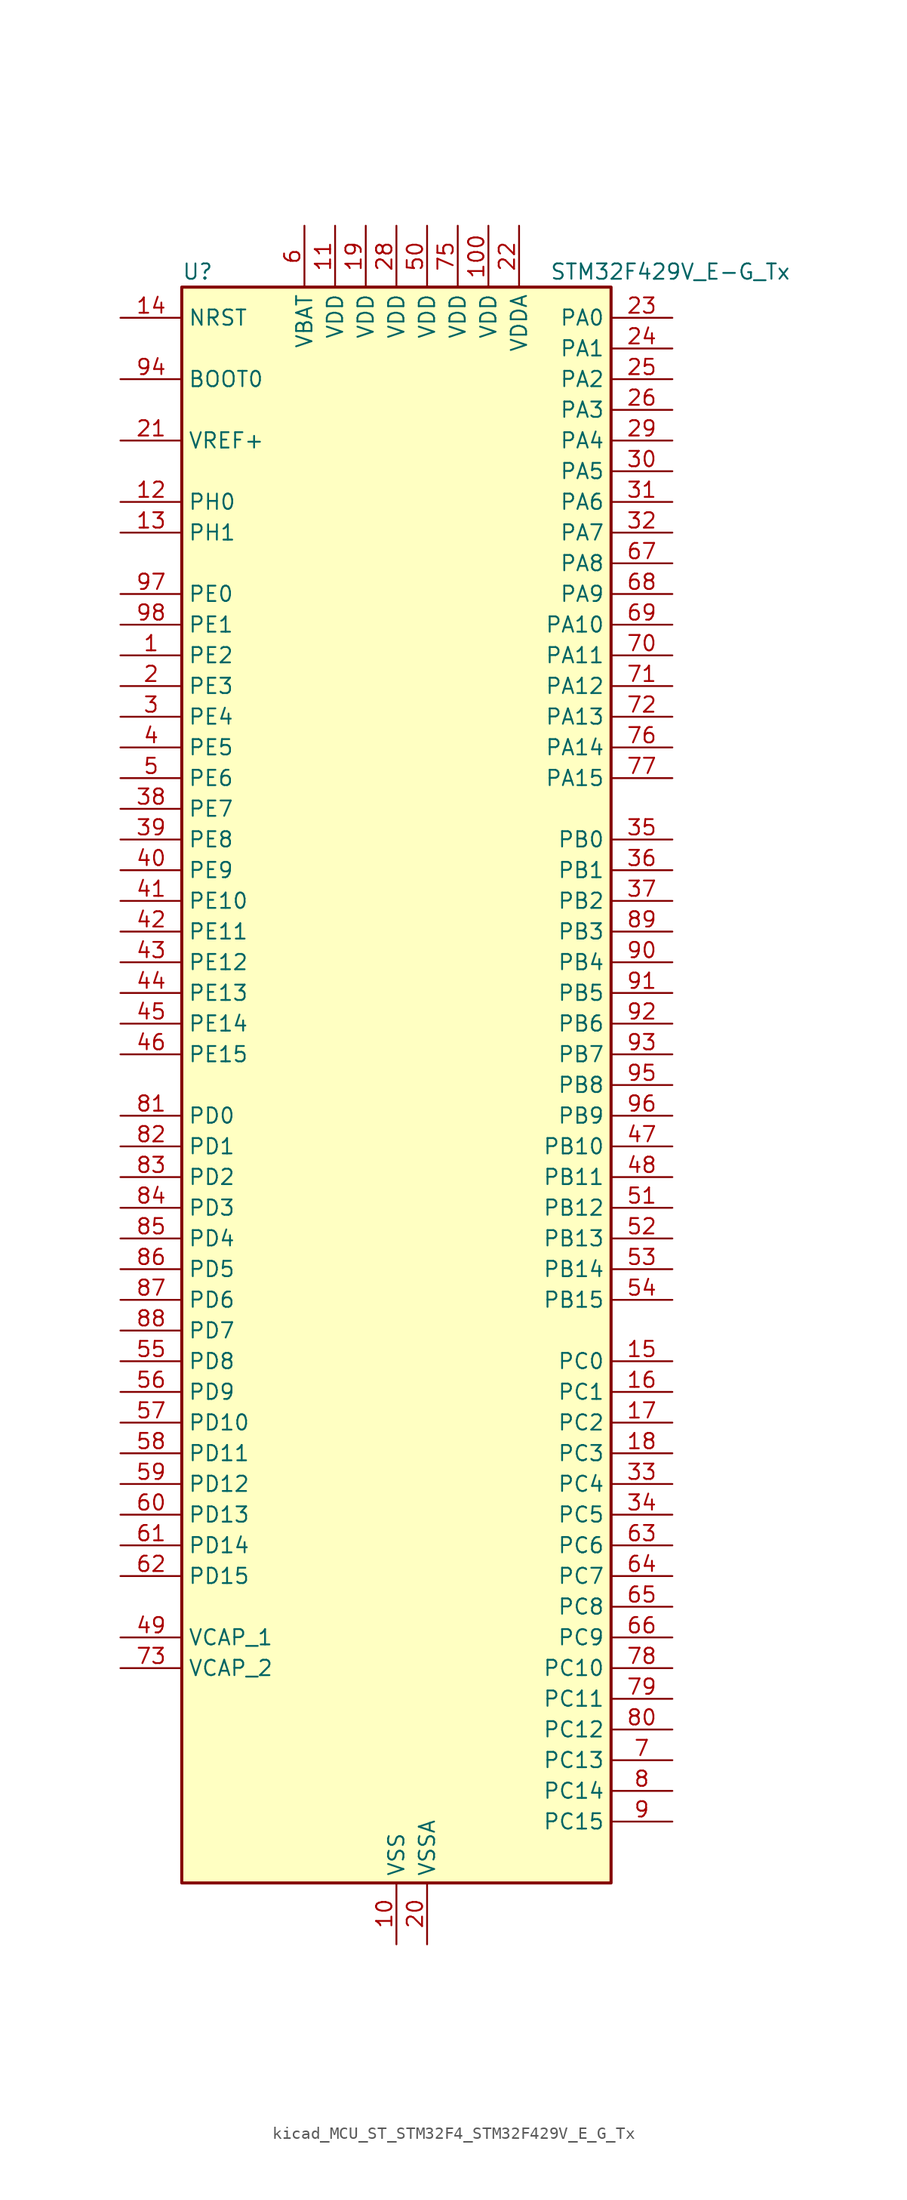
<source format=kicad_sym>
(kicad_symbol_lib
  (version 20220914)
  (generator kicad_symbol_editor)
  (symbol "kicad_MCU_ST_STM32F4_STM32F429V_E_G_Tx"
    (property "Reference" "U"
      (at -17.78 67.31 0)
      (effects (font (size 1.27 1.27)) (justify left)))
    (property "Value" "STM32F429V_E-G_Tx"
      (at 12.7 67.31 0)
      (effects (font (size 1.27 1.27)) (justify left)))
    (property "ki_locked" ""
      (at 0 0 0)
      (effects (font (size 1.27 1.27))))
    (symbol "kicad_MCU_ST_STM32F4_STM32F429V_E_G_Tx_0_1"
      (rectangle (start -17.78 -66.04) (end 17.78 66.04) (stroke (width 0.254) (type default)) (fill (type background))))
    (symbol "kicad_MCU_ST_STM32F4_STM32F429V_E_G_Tx_1_1"
      (pin bidirectional line (at -22.86 35.56 0) (length 5.08) (name "PE2" (effects (font (size 1.27 1.27)))) (number "1" (effects (font (size 1.27 1.27)))) (alternate "ETH_TXD3" bidirectional line) (alternate "FMC_A23" bidirectional line) (alternate "SAI1_MCLK_A" bidirectional line) (alternate "SPI4_SCK" bidirectional line) (alternate "SYS_TRACECLK" bidirectional line))
      (pin power_in line (at 0 -71.12 90) (length 5.08) (name "VSS" (effects (font (size 1.27 1.27)))) (number "10" (effects (font (size 1.27 1.27)))))
      (pin power_in line (at 7.62 71.12 270) (length 5.08) (name "VDD" (effects (font (size 1.27 1.27)))) (number "100" (effects (font (size 1.27 1.27)))))
      (pin power_in line (at -5.08 71.12 270) (length 5.08) (name "VDD" (effects (font (size 1.27 1.27)))) (number "11" (effects (font (size 1.27 1.27)))))
      (pin bidirectional line (at -22.86 48.26 0) (length 5.08) (name "PH0" (effects (font (size 1.27 1.27)))) (number "12" (effects (font (size 1.27 1.27)))) (alternate "RCC_OSC_IN" bidirectional line))
      (pin bidirectional line (at -22.86 45.72 0) (length 5.08) (name "PH1" (effects (font (size 1.27 1.27)))) (number "13" (effects (font (size 1.27 1.27)))) (alternate "RCC_OSC_OUT" bidirectional line))
      (pin input line (at -22.86 63.5 0) (length 5.08) (name "NRST" (effects (font (size 1.27 1.27)))) (number "14" (effects (font (size 1.27 1.27)))))
      (pin bidirectional line (at 22.86 -22.86 180) (length 5.08) (name "PC0" (effects (font (size 1.27 1.27)))) (number "15" (effects (font (size 1.27 1.27)))) (alternate "ADC1_IN10" bidirectional line) (alternate "ADC2_IN10" bidirectional line) (alternate "ADC3_IN10" bidirectional line) (alternate "USB_OTG_HS_ULPI_STP" bidirectional line))
      (pin bidirectional line (at 22.86 -25.4 180) (length 5.08) (name "PC1" (effects (font (size 1.27 1.27)))) (number "16" (effects (font (size 1.27 1.27)))) (alternate "ADC1_IN11" bidirectional line) (alternate "ADC2_IN11" bidirectional line) (alternate "ADC3_IN11" bidirectional line) (alternate "ETH_MDC" bidirectional line))
      (pin bidirectional line (at 22.86 -27.94 180) (length 5.08) (name "PC2" (effects (font (size 1.27 1.27)))) (number "17" (effects (font (size 1.27 1.27)))) (alternate "ADC1_IN12" bidirectional line) (alternate "ADC2_IN12" bidirectional line) (alternate "ADC3_IN12" bidirectional line) (alternate "ETH_TXD2" bidirectional line) (alternate "I2S2_ext_SD" bidirectional line) (alternate "SPI2_MISO" bidirectional line) (alternate "USB_OTG_HS_ULPI_DIR" bidirectional line))
      (pin bidirectional line (at 22.86 -30.48 180) (length 5.08) (name "PC3" (effects (font (size 1.27 1.27)))) (number "18" (effects (font (size 1.27 1.27)))) (alternate "ADC1_IN13" bidirectional line) (alternate "ADC2_IN13" bidirectional line) (alternate "ADC3_IN13" bidirectional line) (alternate "ETH_TX_CLK" bidirectional line) (alternate "I2S2_SD" bidirectional line) (alternate "SPI2_MOSI" bidirectional line) (alternate "USB_OTG_HS_ULPI_NXT" bidirectional line))
      (pin power_in line (at -2.54 71.12 270) (length 5.08) (name "VDD" (effects (font (size 1.27 1.27)))) (number "19" (effects (font (size 1.27 1.27)))))
      (pin bidirectional line (at -22.86 33.02 0) (length 5.08) (name "PE3" (effects (font (size 1.27 1.27)))) (number "2" (effects (font (size 1.27 1.27)))) (alternate "FMC_A19" bidirectional line) (alternate "SAI1_SD_B" bidirectional line) (alternate "SYS_TRACED0" bidirectional line))
      (pin power_in line (at 2.54 -71.12 90) (length 5.08) (name "VSSA" (effects (font (size 1.27 1.27)))) (number "20" (effects (font (size 1.27 1.27)))))
      (pin input line (at -22.86 53.34 0) (length 5.08) (name "VREF+" (effects (font (size 1.27 1.27)))) (number "21" (effects (font (size 1.27 1.27)))))
      (pin power_in line (at 10.16 71.12 270) (length 5.08) (name "VDDA" (effects (font (size 1.27 1.27)))) (number "22" (effects (font (size 1.27 1.27)))))
      (pin bidirectional line (at 22.86 63.5 180) (length 5.08) (name "PA0" (effects (font (size 1.27 1.27)))) (number "23" (effects (font (size 1.27 1.27)))) (alternate "ADC1_IN0" bidirectional line) (alternate "ADC2_IN0" bidirectional line) (alternate "ADC3_IN0" bidirectional line) (alternate "ETH_CRS" bidirectional line) (alternate "SYS_WKUP" bidirectional line) (alternate "TIM2_CH1" bidirectional line) (alternate "TIM2_ETR" bidirectional line) (alternate "TIM5_CH1" bidirectional line) (alternate "TIM8_ETR" bidirectional line) (alternate "UART4_TX" bidirectional line) (alternate "USART2_CTS" bidirectional line))
      (pin bidirectional line (at 22.86 60.96 180) (length 5.08) (name "PA1" (effects (font (size 1.27 1.27)))) (number "24" (effects (font (size 1.27 1.27)))) (alternate "ADC1_IN1" bidirectional line) (alternate "ADC2_IN1" bidirectional line) (alternate "ADC3_IN1" bidirectional line) (alternate "ETH_REF_CLK" bidirectional line) (alternate "ETH_RX_CLK" bidirectional line) (alternate "TIM2_CH2" bidirectional line) (alternate "TIM5_CH2" bidirectional line) (alternate "UART4_RX" bidirectional line) (alternate "USART2_RTS" bidirectional line))
      (pin bidirectional line (at 22.86 58.42 180) (length 5.08) (name "PA2" (effects (font (size 1.27 1.27)))) (number "25" (effects (font (size 1.27 1.27)))) (alternate "ADC1_IN2" bidirectional line) (alternate "ADC2_IN2" bidirectional line) (alternate "ADC3_IN2" bidirectional line) (alternate "ETH_MDIO" bidirectional line) (alternate "TIM2_CH3" bidirectional line) (alternate "TIM5_CH3" bidirectional line) (alternate "TIM9_CH1" bidirectional line) (alternate "USART2_TX" bidirectional line))
      (pin bidirectional line (at 22.86 55.88 180) (length 5.08) (name "PA3" (effects (font (size 1.27 1.27)))) (number "26" (effects (font (size 1.27 1.27)))) (alternate "ADC1_IN3" bidirectional line) (alternate "ADC2_IN3" bidirectional line) (alternate "ADC3_IN3" bidirectional line) (alternate "ETH_COL" bidirectional line) (alternate "LTDC_B5" bidirectional line) (alternate "TIM2_CH4" bidirectional line) (alternate "TIM5_CH4" bidirectional line) (alternate "TIM9_CH2" bidirectional line) (alternate "USART2_RX" bidirectional line) (alternate "USB_OTG_HS_ULPI_D0" bidirectional line))
      (pin passive line (at 0 -71.12 90) (length 5.08) hide (name "VSS" (effects (font (size 1.27 1.27)))) (number "27" (effects (font (size 1.27 1.27)))))
      (pin power_in line (at 0 71.12 270) (length 5.08) (name "VDD" (effects (font (size 1.27 1.27)))) (number "28" (effects (font (size 1.27 1.27)))))
      (pin bidirectional line (at 22.86 53.34 180) (length 5.08) (name "PA4" (effects (font (size 1.27 1.27)))) (number "29" (effects (font (size 1.27 1.27)))) (alternate "ADC1_IN4" bidirectional line) (alternate "ADC2_IN4" bidirectional line) (alternate "DAC_OUT1" bidirectional line) (alternate "DCMI_HSYNC" bidirectional line) (alternate "I2S3_WS" bidirectional line) (alternate "LTDC_VSYNC" bidirectional line) (alternate "SPI1_NSS" bidirectional line) (alternate "SPI3_NSS" bidirectional line) (alternate "USART2_CK" bidirectional line) (alternate "USB_OTG_HS_SOF" bidirectional line))
      (pin bidirectional line (at -22.86 30.48 0) (length 5.08) (name "PE4" (effects (font (size 1.27 1.27)))) (number "3" (effects (font (size 1.27 1.27)))) (alternate "DCMI_D4" bidirectional line) (alternate "FMC_A20" bidirectional line) (alternate "LTDC_B0" bidirectional line) (alternate "SAI1_FS_A" bidirectional line) (alternate "SPI4_NSS" bidirectional line) (alternate "SYS_TRACED1" bidirectional line))
      (pin bidirectional line (at 22.86 50.8 180) (length 5.08) (name "PA5" (effects (font (size 1.27 1.27)))) (number "30" (effects (font (size 1.27 1.27)))) (alternate "ADC1_IN5" bidirectional line) (alternate "ADC2_IN5" bidirectional line) (alternate "DAC_OUT2" bidirectional line) (alternate "SPI1_SCK" bidirectional line) (alternate "TIM2_CH1" bidirectional line) (alternate "TIM2_ETR" bidirectional line) (alternate "TIM8_CH1N" bidirectional line) (alternate "USB_OTG_HS_ULPI_CK" bidirectional line))
      (pin bidirectional line (at 22.86 48.26 180) (length 5.08) (name "PA6" (effects (font (size 1.27 1.27)))) (number "31" (effects (font (size 1.27 1.27)))) (alternate "ADC1_IN6" bidirectional line) (alternate "ADC2_IN6" bidirectional line) (alternate "DCMI_PIXCLK" bidirectional line) (alternate "LTDC_G2" bidirectional line) (alternate "SPI1_MISO" bidirectional line) (alternate "TIM13_CH1" bidirectional line) (alternate "TIM1_BKIN" bidirectional line) (alternate "TIM3_CH1" bidirectional line) (alternate "TIM8_BKIN" bidirectional line))
      (pin bidirectional line (at 22.86 45.72 180) (length 5.08) (name "PA7" (effects (font (size 1.27 1.27)))) (number "32" (effects (font (size 1.27 1.27)))) (alternate "ADC1_IN7" bidirectional line) (alternate "ADC2_IN7" bidirectional line) (alternate "ETH_CRS_DV" bidirectional line) (alternate "ETH_RX_DV" bidirectional line) (alternate "SPI1_MOSI" bidirectional line) (alternate "TIM14_CH1" bidirectional line) (alternate "TIM1_CH1N" bidirectional line) (alternate "TIM3_CH2" bidirectional line) (alternate "TIM8_CH1N" bidirectional line))
      (pin bidirectional line (at 22.86 -33.02 180) (length 5.08) (name "PC4" (effects (font (size 1.27 1.27)))) (number "33" (effects (font (size 1.27 1.27)))) (alternate "ADC1_IN14" bidirectional line) (alternate "ADC2_IN14" bidirectional line) (alternate "ETH_RXD0" bidirectional line))
      (pin bidirectional line (at 22.86 -35.56 180) (length 5.08) (name "PC5" (effects (font (size 1.27 1.27)))) (number "34" (effects (font (size 1.27 1.27)))) (alternate "ADC1_IN15" bidirectional line) (alternate "ADC2_IN15" bidirectional line) (alternate "ETH_RXD1" bidirectional line))
      (pin bidirectional line (at 22.86 20.32 180) (length 5.08) (name "PB0" (effects (font (size 1.27 1.27)))) (number "35" (effects (font (size 1.27 1.27)))) (alternate "ADC1_IN8" bidirectional line) (alternate "ADC2_IN8" bidirectional line) (alternate "ETH_RXD2" bidirectional line) (alternate "LTDC_R3" bidirectional line) (alternate "TIM1_CH2N" bidirectional line) (alternate "TIM3_CH3" bidirectional line) (alternate "TIM8_CH2N" bidirectional line) (alternate "USB_OTG_HS_ULPI_D1" bidirectional line))
      (pin bidirectional line (at 22.86 17.78 180) (length 5.08) (name "PB1" (effects (font (size 1.27 1.27)))) (number "36" (effects (font (size 1.27 1.27)))) (alternate "ADC1_IN9" bidirectional line) (alternate "ADC2_IN9" bidirectional line) (alternate "ETH_RXD3" bidirectional line) (alternate "LTDC_R6" bidirectional line) (alternate "TIM1_CH3N" bidirectional line) (alternate "TIM3_CH4" bidirectional line) (alternate "TIM8_CH3N" bidirectional line) (alternate "USB_OTG_HS_ULPI_D2" bidirectional line))
      (pin bidirectional line (at 22.86 15.24 180) (length 5.08) (name "PB2" (effects (font (size 1.27 1.27)))) (number "37" (effects (font (size 1.27 1.27)))))
      (pin bidirectional line (at -22.86 22.86 0) (length 5.08) (name "PE7" (effects (font (size 1.27 1.27)))) (number "38" (effects (font (size 1.27 1.27)))) (alternate "FMC_D4" bidirectional line) (alternate "FMC_DA4" bidirectional line) (alternate "TIM1_ETR" bidirectional line) (alternate "UART7_RX" bidirectional line))
      (pin bidirectional line (at -22.86 20.32 0) (length 5.08) (name "PE8" (effects (font (size 1.27 1.27)))) (number "39" (effects (font (size 1.27 1.27)))) (alternate "FMC_D5" bidirectional line) (alternate "FMC_DA5" bidirectional line) (alternate "TIM1_CH1N" bidirectional line) (alternate "UART7_TX" bidirectional line))
      (pin bidirectional line (at -22.86 27.94 0) (length 5.08) (name "PE5" (effects (font (size 1.27 1.27)))) (number "4" (effects (font (size 1.27 1.27)))) (alternate "DCMI_D6" bidirectional line) (alternate "FMC_A21" bidirectional line) (alternate "LTDC_G0" bidirectional line) (alternate "SAI1_SCK_A" bidirectional line) (alternate "SPI4_MISO" bidirectional line) (alternate "SYS_TRACED2" bidirectional line) (alternate "TIM9_CH1" bidirectional line))
      (pin bidirectional line (at -22.86 17.78 0) (length 5.08) (name "PE9" (effects (font (size 1.27 1.27)))) (number "40" (effects (font (size 1.27 1.27)))) (alternate "DAC_EXTI9" bidirectional line) (alternate "FMC_D6" bidirectional line) (alternate "FMC_DA6" bidirectional line) (alternate "TIM1_CH1" bidirectional line))
      (pin bidirectional line (at -22.86 15.24 0) (length 5.08) (name "PE10" (effects (font (size 1.27 1.27)))) (number "41" (effects (font (size 1.27 1.27)))) (alternate "FMC_D7" bidirectional line) (alternate "FMC_DA7" bidirectional line) (alternate "TIM1_CH2N" bidirectional line))
      (pin bidirectional line (at -22.86 12.7 0) (length 5.08) (name "PE11" (effects (font (size 1.27 1.27)))) (number "42" (effects (font (size 1.27 1.27)))) (alternate "ADC1_EXTI11" bidirectional line) (alternate "ADC2_EXTI11" bidirectional line) (alternate "ADC3_EXTI11" bidirectional line) (alternate "FMC_D8" bidirectional line) (alternate "FMC_DA8" bidirectional line) (alternate "LTDC_G3" bidirectional line) (alternate "SPI4_NSS" bidirectional line) (alternate "TIM1_CH2" bidirectional line))
      (pin bidirectional line (at -22.86 10.16 0) (length 5.08) (name "PE12" (effects (font (size 1.27 1.27)))) (number "43" (effects (font (size 1.27 1.27)))) (alternate "FMC_D9" bidirectional line) (alternate "FMC_DA9" bidirectional line) (alternate "LTDC_B4" bidirectional line) (alternate "SPI4_SCK" bidirectional line) (alternate "TIM1_CH3N" bidirectional line))
      (pin bidirectional line (at -22.86 7.62 0) (length 5.08) (name "PE13" (effects (font (size 1.27 1.27)))) (number "44" (effects (font (size 1.27 1.27)))) (alternate "FMC_D10" bidirectional line) (alternate "FMC_DA10" bidirectional line) (alternate "LTDC_DE" bidirectional line) (alternate "SPI4_MISO" bidirectional line) (alternate "TIM1_CH3" bidirectional line))
      (pin bidirectional line (at -22.86 5.08 0) (length 5.08) (name "PE14" (effects (font (size 1.27 1.27)))) (number "45" (effects (font (size 1.27 1.27)))) (alternate "FMC_D11" bidirectional line) (alternate "FMC_DA11" bidirectional line) (alternate "LTDC_CLK" bidirectional line) (alternate "SPI4_MOSI" bidirectional line) (alternate "TIM1_CH4" bidirectional line))
      (pin bidirectional line (at -22.86 2.54 0) (length 5.08) (name "PE15" (effects (font (size 1.27 1.27)))) (number "46" (effects (font (size 1.27 1.27)))) (alternate "ADC1_EXTI15" bidirectional line) (alternate "ADC2_EXTI15" bidirectional line) (alternate "ADC3_EXTI15" bidirectional line) (alternate "FMC_D12" bidirectional line) (alternate "FMC_DA12" bidirectional line) (alternate "LTDC_R7" bidirectional line) (alternate "TIM1_BKIN" bidirectional line))
      (pin bidirectional line (at 22.86 -5.08 180) (length 5.08) (name "PB10" (effects (font (size 1.27 1.27)))) (number "47" (effects (font (size 1.27 1.27)))) (alternate "ETH_RX_ER" bidirectional line) (alternate "I2C2_SCL" bidirectional line) (alternate "I2S2_CK" bidirectional line) (alternate "LTDC_G4" bidirectional line) (alternate "SPI2_SCK" bidirectional line) (alternate "TIM2_CH3" bidirectional line) (alternate "USART3_TX" bidirectional line) (alternate "USB_OTG_HS_ULPI_D3" bidirectional line))
      (pin bidirectional line (at 22.86 -7.62 180) (length 5.08) (name "PB11" (effects (font (size 1.27 1.27)))) (number "48" (effects (font (size 1.27 1.27)))) (alternate "ADC1_EXTI11" bidirectional line) (alternate "ADC2_EXTI11" bidirectional line) (alternate "ADC3_EXTI11" bidirectional line) (alternate "ETH_TX_EN" bidirectional line) (alternate "I2C2_SDA" bidirectional line) (alternate "LTDC_G5" bidirectional line) (alternate "TIM2_CH4" bidirectional line) (alternate "USART3_RX" bidirectional line) (alternate "USB_OTG_HS_ULPI_D4" bidirectional line))
      (pin power_out line (at -22.86 -45.72 0) (length 5.08) (name "VCAP_1" (effects (font (size 1.27 1.27)))) (number "49" (effects (font (size 1.27 1.27)))))
      (pin bidirectional line (at -22.86 25.4 0) (length 5.08) (name "PE6" (effects (font (size 1.27 1.27)))) (number "5" (effects (font (size 1.27 1.27)))) (alternate "DCMI_D7" bidirectional line) (alternate "FMC_A22" bidirectional line) (alternate "LTDC_G1" bidirectional line) (alternate "SAI1_SD_A" bidirectional line) (alternate "SPI4_MOSI" bidirectional line) (alternate "SYS_TRACED3" bidirectional line) (alternate "TIM9_CH2" bidirectional line))
      (pin power_in line (at 2.54 71.12 270) (length 5.08) (name "VDD" (effects (font (size 1.27 1.27)))) (number "50" (effects (font (size 1.27 1.27)))))
      (pin bidirectional line (at 22.86 -10.16 180) (length 5.08) (name "PB12" (effects (font (size 1.27 1.27)))) (number "51" (effects (font (size 1.27 1.27)))) (alternate "CAN2_RX" bidirectional line) (alternate "ETH_TXD0" bidirectional line) (alternate "I2C2_SMBA" bidirectional line) (alternate "I2S2_WS" bidirectional line) (alternate "SPI2_NSS" bidirectional line) (alternate "TIM1_BKIN" bidirectional line) (alternate "USART3_CK" bidirectional line) (alternate "USB_OTG_HS_ID" bidirectional line) (alternate "USB_OTG_HS_ULPI_D5" bidirectional line))
      (pin bidirectional line (at 22.86 -12.7 180) (length 5.08) (name "PB13" (effects (font (size 1.27 1.27)))) (number "52" (effects (font (size 1.27 1.27)))) (alternate "CAN2_TX" bidirectional line) (alternate "ETH_TXD1" bidirectional line) (alternate "I2S2_CK" bidirectional line) (alternate "SPI2_SCK" bidirectional line) (alternate "TIM1_CH1N" bidirectional line) (alternate "USART3_CTS" bidirectional line) (alternate "USB_OTG_HS_ULPI_D6" bidirectional line) (alternate "USB_OTG_HS_VBUS" bidirectional line))
      (pin bidirectional line (at 22.86 -15.24 180) (length 5.08) (name "PB14" (effects (font (size 1.27 1.27)))) (number "53" (effects (font (size 1.27 1.27)))) (alternate "I2S2_ext_SD" bidirectional line) (alternate "SPI2_MISO" bidirectional line) (alternate "TIM12_CH1" bidirectional line) (alternate "TIM1_CH2N" bidirectional line) (alternate "TIM8_CH2N" bidirectional line) (alternate "USART3_RTS" bidirectional line) (alternate "USB_OTG_HS_DM" bidirectional line))
      (pin bidirectional line (at 22.86 -17.78 180) (length 5.08) (name "PB15" (effects (font (size 1.27 1.27)))) (number "54" (effects (font (size 1.27 1.27)))) (alternate "ADC1_EXTI15" bidirectional line) (alternate "ADC2_EXTI15" bidirectional line) (alternate "ADC3_EXTI15" bidirectional line) (alternate "I2S2_SD" bidirectional line) (alternate "RTC_REFIN" bidirectional line) (alternate "SPI2_MOSI" bidirectional line) (alternate "TIM12_CH2" bidirectional line) (alternate "TIM1_CH3N" bidirectional line) (alternate "TIM8_CH3N" bidirectional line) (alternate "USB_OTG_HS_DP" bidirectional line))
      (pin bidirectional line (at -22.86 -22.86 0) (length 5.08) (name "PD8" (effects (font (size 1.27 1.27)))) (number "55" (effects (font (size 1.27 1.27)))) (alternate "FMC_D13" bidirectional line) (alternate "FMC_DA13" bidirectional line) (alternate "USART3_TX" bidirectional line))
      (pin bidirectional line (at -22.86 -25.4 0) (length 5.08) (name "PD9" (effects (font (size 1.27 1.27)))) (number "56" (effects (font (size 1.27 1.27)))) (alternate "DAC_EXTI9" bidirectional line) (alternate "FMC_D14" bidirectional line) (alternate "FMC_DA14" bidirectional line) (alternate "USART3_RX" bidirectional line))
      (pin bidirectional line (at -22.86 -27.94 0) (length 5.08) (name "PD10" (effects (font (size 1.27 1.27)))) (number "57" (effects (font (size 1.27 1.27)))) (alternate "FMC_D15" bidirectional line) (alternate "FMC_DA15" bidirectional line) (alternate "LTDC_B3" bidirectional line) (alternate "USART3_CK" bidirectional line))
      (pin bidirectional line (at -22.86 -30.48 0) (length 5.08) (name "PD11" (effects (font (size 1.27 1.27)))) (number "58" (effects (font (size 1.27 1.27)))) (alternate "ADC1_EXTI11" bidirectional line) (alternate "ADC2_EXTI11" bidirectional line) (alternate "ADC3_EXTI11" bidirectional line) (alternate "FMC_A16" bidirectional line) (alternate "FMC_CLE" bidirectional line) (alternate "USART3_CTS" bidirectional line))
      (pin bidirectional line (at -22.86 -33.02 0) (length 5.08) (name "PD12" (effects (font (size 1.27 1.27)))) (number "59" (effects (font (size 1.27 1.27)))) (alternate "FMC_A17" bidirectional line) (alternate "FMC_ALE" bidirectional line) (alternate "TIM4_CH1" bidirectional line) (alternate "USART3_RTS" bidirectional line))
      (pin power_in line (at -7.62 71.12 270) (length 5.08) (name "VBAT" (effects (font (size 1.27 1.27)))) (number "6" (effects (font (size 1.27 1.27)))))
      (pin bidirectional line (at -22.86 -35.56 0) (length 5.08) (name "PD13" (effects (font (size 1.27 1.27)))) (number "60" (effects (font (size 1.27 1.27)))) (alternate "FMC_A18" bidirectional line) (alternate "TIM4_CH2" bidirectional line))
      (pin bidirectional line (at -22.86 -38.1 0) (length 5.08) (name "PD14" (effects (font (size 1.27 1.27)))) (number "61" (effects (font (size 1.27 1.27)))) (alternate "FMC_D0" bidirectional line) (alternate "FMC_DA0" bidirectional line) (alternate "TIM4_CH3" bidirectional line))
      (pin bidirectional line (at -22.86 -40.64 0) (length 5.08) (name "PD15" (effects (font (size 1.27 1.27)))) (number "62" (effects (font (size 1.27 1.27)))) (alternate "ADC1_EXTI15" bidirectional line) (alternate "ADC2_EXTI15" bidirectional line) (alternate "ADC3_EXTI15" bidirectional line) (alternate "FMC_D1" bidirectional line) (alternate "FMC_DA1" bidirectional line) (alternate "TIM4_CH4" bidirectional line))
      (pin bidirectional line (at 22.86 -38.1 180) (length 5.08) (name "PC6" (effects (font (size 1.27 1.27)))) (number "63" (effects (font (size 1.27 1.27)))) (alternate "DCMI_D0" bidirectional line) (alternate "I2S2_MCK" bidirectional line) (alternate "LTDC_HSYNC" bidirectional line) (alternate "SDIO_D6" bidirectional line) (alternate "TIM3_CH1" bidirectional line) (alternate "TIM8_CH1" bidirectional line) (alternate "USART6_TX" bidirectional line))
      (pin bidirectional line (at 22.86 -40.64 180) (length 5.08) (name "PC7" (effects (font (size 1.27 1.27)))) (number "64" (effects (font (size 1.27 1.27)))) (alternate "DCMI_D1" bidirectional line) (alternate "I2S3_MCK" bidirectional line) (alternate "LTDC_G6" bidirectional line) (alternate "SDIO_D7" bidirectional line) (alternate "TIM3_CH2" bidirectional line) (alternate "TIM8_CH2" bidirectional line) (alternate "USART6_RX" bidirectional line))
      (pin bidirectional line (at 22.86 -43.18 180) (length 5.08) (name "PC8" (effects (font (size 1.27 1.27)))) (number "65" (effects (font (size 1.27 1.27)))) (alternate "DCMI_D2" bidirectional line) (alternate "SDIO_D0" bidirectional line) (alternate "TIM3_CH3" bidirectional line) (alternate "TIM8_CH3" bidirectional line) (alternate "USART6_CK" bidirectional line))
      (pin bidirectional line (at 22.86 -45.72 180) (length 5.08) (name "PC9" (effects (font (size 1.27 1.27)))) (number "66" (effects (font (size 1.27 1.27)))) (alternate "DAC_EXTI9" bidirectional line) (alternate "DCMI_D3" bidirectional line) (alternate "I2C3_SDA" bidirectional line) (alternate "I2S_CKIN" bidirectional line) (alternate "RCC_MCO_2" bidirectional line) (alternate "SDIO_D1" bidirectional line) (alternate "TIM3_CH4" bidirectional line) (alternate "TIM8_CH4" bidirectional line))
      (pin bidirectional line (at 22.86 43.18 180) (length 5.08) (name "PA8" (effects (font (size 1.27 1.27)))) (number "67" (effects (font (size 1.27 1.27)))) (alternate "I2C3_SCL" bidirectional line) (alternate "LTDC_R6" bidirectional line) (alternate "RCC_MCO_1" bidirectional line) (alternate "TIM1_CH1" bidirectional line) (alternate "USART1_CK" bidirectional line) (alternate "USB_OTG_FS_SOF" bidirectional line))
      (pin bidirectional line (at 22.86 40.64 180) (length 5.08) (name "PA9" (effects (font (size 1.27 1.27)))) (number "68" (effects (font (size 1.27 1.27)))) (alternate "DAC_EXTI9" bidirectional line) (alternate "DCMI_D0" bidirectional line) (alternate "I2C3_SMBA" bidirectional line) (alternate "TIM1_CH2" bidirectional line) (alternate "USART1_TX" bidirectional line) (alternate "USB_OTG_FS_VBUS" bidirectional line))
      (pin bidirectional line (at 22.86 38.1 180) (length 5.08) (name "PA10" (effects (font (size 1.27 1.27)))) (number "69" (effects (font (size 1.27 1.27)))) (alternate "DCMI_D1" bidirectional line) (alternate "TIM1_CH3" bidirectional line) (alternate "USART1_RX" bidirectional line) (alternate "USB_OTG_FS_ID" bidirectional line))
      (pin bidirectional line (at 22.86 -55.88 180) (length 5.08) (name "PC13" (effects (font (size 1.27 1.27)))) (number "7" (effects (font (size 1.27 1.27)))) (alternate "RTC_AF1" bidirectional line))
      (pin bidirectional line (at 22.86 35.56 180) (length 5.08) (name "PA11" (effects (font (size 1.27 1.27)))) (number "70" (effects (font (size 1.27 1.27)))) (alternate "ADC1_EXTI11" bidirectional line) (alternate "ADC2_EXTI11" bidirectional line) (alternate "ADC3_EXTI11" bidirectional line) (alternate "CAN1_RX" bidirectional line) (alternate "LTDC_R4" bidirectional line) (alternate "TIM1_CH4" bidirectional line) (alternate "USART1_CTS" bidirectional line) (alternate "USB_OTG_FS_DM" bidirectional line))
      (pin bidirectional line (at 22.86 33.02 180) (length 5.08) (name "PA12" (effects (font (size 1.27 1.27)))) (number "71" (effects (font (size 1.27 1.27)))) (alternate "CAN1_TX" bidirectional line) (alternate "LTDC_R5" bidirectional line) (alternate "TIM1_ETR" bidirectional line) (alternate "USART1_RTS" bidirectional line) (alternate "USB_OTG_FS_DP" bidirectional line))
      (pin bidirectional line (at 22.86 30.48 180) (length 5.08) (name "PA13" (effects (font (size 1.27 1.27)))) (number "72" (effects (font (size 1.27 1.27)))) (alternate "SYS_JTMS-SWDIO" bidirectional line))
      (pin power_out line (at -22.86 -48.26 0) (length 5.08) (name "VCAP_2" (effects (font (size 1.27 1.27)))) (number "73" (effects (font (size 1.27 1.27)))))
      (pin passive line (at 0 -71.12 90) (length 5.08) hide (name "VSS" (effects (font (size 1.27 1.27)))) (number "74" (effects (font (size 1.27 1.27)))))
      (pin power_in line (at 5.08 71.12 270) (length 5.08) (name "VDD" (effects (font (size 1.27 1.27)))) (number "75" (effects (font (size 1.27 1.27)))))
      (pin bidirectional line (at 22.86 27.94 180) (length 5.08) (name "PA14" (effects (font (size 1.27 1.27)))) (number "76" (effects (font (size 1.27 1.27)))) (alternate "SYS_JTCK-SWCLK" bidirectional line))
      (pin bidirectional line (at 22.86 25.4 180) (length 5.08) (name "PA15" (effects (font (size 1.27 1.27)))) (number "77" (effects (font (size 1.27 1.27)))) (alternate "ADC1_EXTI15" bidirectional line) (alternate "ADC2_EXTI15" bidirectional line) (alternate "ADC3_EXTI15" bidirectional line) (alternate "I2S3_WS" bidirectional line) (alternate "SPI1_NSS" bidirectional line) (alternate "SPI3_NSS" bidirectional line) (alternate "SYS_JTDI" bidirectional line) (alternate "TIM2_CH1" bidirectional line) (alternate "TIM2_ETR" bidirectional line))
      (pin bidirectional line (at 22.86 -48.26 180) (length 5.08) (name "PC10" (effects (font (size 1.27 1.27)))) (number "78" (effects (font (size 1.27 1.27)))) (alternate "DCMI_D8" bidirectional line) (alternate "I2S3_CK" bidirectional line) (alternate "LTDC_R2" bidirectional line) (alternate "SDIO_D2" bidirectional line) (alternate "SPI3_SCK" bidirectional line) (alternate "UART4_TX" bidirectional line) (alternate "USART3_TX" bidirectional line))
      (pin bidirectional line (at 22.86 -50.8 180) (length 5.08) (name "PC11" (effects (font (size 1.27 1.27)))) (number "79" (effects (font (size 1.27 1.27)))) (alternate "ADC1_EXTI11" bidirectional line) (alternate "ADC2_EXTI11" bidirectional line) (alternate "ADC3_EXTI11" bidirectional line) (alternate "DCMI_D4" bidirectional line) (alternate "I2S3_ext_SD" bidirectional line) (alternate "SDIO_D3" bidirectional line) (alternate "SPI3_MISO" bidirectional line) (alternate "UART4_RX" bidirectional line) (alternate "USART3_RX" bidirectional line))
      (pin bidirectional line (at 22.86 -58.42 180) (length 5.08) (name "PC14" (effects (font (size 1.27 1.27)))) (number "8" (effects (font (size 1.27 1.27)))) (alternate "RCC_OSC32_IN" bidirectional line))
      (pin bidirectional line (at 22.86 -53.34 180) (length 5.08) (name "PC12" (effects (font (size 1.27 1.27)))) (number "80" (effects (font (size 1.27 1.27)))) (alternate "DCMI_D9" bidirectional line) (alternate "I2S3_SD" bidirectional line) (alternate "SDIO_CK" bidirectional line) (alternate "SPI3_MOSI" bidirectional line) (alternate "UART5_TX" bidirectional line) (alternate "USART3_CK" bidirectional line))
      (pin bidirectional line (at -22.86 -2.54 0) (length 5.08) (name "PD0" (effects (font (size 1.27 1.27)))) (number "81" (effects (font (size 1.27 1.27)))) (alternate "CAN1_RX" bidirectional line) (alternate "FMC_D2" bidirectional line) (alternate "FMC_DA2" bidirectional line))
      (pin bidirectional line (at -22.86 -5.08 0) (length 5.08) (name "PD1" (effects (font (size 1.27 1.27)))) (number "82" (effects (font (size 1.27 1.27)))) (alternate "CAN1_TX" bidirectional line) (alternate "FMC_D3" bidirectional line) (alternate "FMC_DA3" bidirectional line))
      (pin bidirectional line (at -22.86 -7.62 0) (length 5.08) (name "PD2" (effects (font (size 1.27 1.27)))) (number "83" (effects (font (size 1.27 1.27)))) (alternate "DCMI_D11" bidirectional line) (alternate "SDIO_CMD" bidirectional line) (alternate "TIM3_ETR" bidirectional line) (alternate "UART5_RX" bidirectional line))
      (pin bidirectional line (at -22.86 -10.16 0) (length 5.08) (name "PD3" (effects (font (size 1.27 1.27)))) (number "84" (effects (font (size 1.27 1.27)))) (alternate "DCMI_D5" bidirectional line) (alternate "FMC_CLK" bidirectional line) (alternate "I2S2_CK" bidirectional line) (alternate "LTDC_G7" bidirectional line) (alternate "SPI2_SCK" bidirectional line) (alternate "USART2_CTS" bidirectional line))
      (pin bidirectional line (at -22.86 -12.7 0) (length 5.08) (name "PD4" (effects (font (size 1.27 1.27)))) (number "85" (effects (font (size 1.27 1.27)))) (alternate "FMC_NOE" bidirectional line) (alternate "USART2_RTS" bidirectional line))
      (pin bidirectional line (at -22.86 -15.24 0) (length 5.08) (name "PD5" (effects (font (size 1.27 1.27)))) (number "86" (effects (font (size 1.27 1.27)))) (alternate "FMC_NWE" bidirectional line) (alternate "USART2_TX" bidirectional line))
      (pin bidirectional line (at -22.86 -17.78 0) (length 5.08) (name "PD6" (effects (font (size 1.27 1.27)))) (number "87" (effects (font (size 1.27 1.27)))) (alternate "DCMI_D10" bidirectional line) (alternate "FMC_NWAIT" bidirectional line) (alternate "I2S3_SD" bidirectional line) (alternate "LTDC_B2" bidirectional line) (alternate "SAI1_SD_A" bidirectional line) (alternate "SPI3_MOSI" bidirectional line) (alternate "USART2_RX" bidirectional line))
      (pin bidirectional line (at -22.86 -20.32 0) (length 5.08) (name "PD7" (effects (font (size 1.27 1.27)))) (number "88" (effects (font (size 1.27 1.27)))) (alternate "FMC_NCE2" bidirectional line) (alternate "FMC_NE1" bidirectional line) (alternate "USART2_CK" bidirectional line))
      (pin bidirectional line (at 22.86 12.7 180) (length 5.08) (name "PB3" (effects (font (size 1.27 1.27)))) (number "89" (effects (font (size 1.27 1.27)))) (alternate "I2S3_CK" bidirectional line) (alternate "SPI1_SCK" bidirectional line) (alternate "SPI3_SCK" bidirectional line) (alternate "SYS_JTDO-SWO" bidirectional line) (alternate "TIM2_CH2" bidirectional line))
      (pin bidirectional line (at 22.86 -60.96 180) (length 5.08) (name "PC15" (effects (font (size 1.27 1.27)))) (number "9" (effects (font (size 1.27 1.27)))) (alternate "ADC1_EXTI15" bidirectional line) (alternate "ADC2_EXTI15" bidirectional line) (alternate "ADC3_EXTI15" bidirectional line) (alternate "RCC_OSC32_OUT" bidirectional line))
      (pin bidirectional line (at 22.86 10.16 180) (length 5.08) (name "PB4" (effects (font (size 1.27 1.27)))) (number "90" (effects (font (size 1.27 1.27)))) (alternate "I2S3_ext_SD" bidirectional line) (alternate "SPI1_MISO" bidirectional line) (alternate "SPI3_MISO" bidirectional line) (alternate "SYS_JTRST" bidirectional line) (alternate "TIM3_CH1" bidirectional line))
      (pin bidirectional line (at 22.86 7.62 180) (length 5.08) (name "PB5" (effects (font (size 1.27 1.27)))) (number "91" (effects (font (size 1.27 1.27)))) (alternate "CAN2_RX" bidirectional line) (alternate "DCMI_D10" bidirectional line) (alternate "ETH_PPS_OUT" bidirectional line) (alternate "I2C1_SMBA" bidirectional line) (alternate "I2S3_SD" bidirectional line) (alternate "SPI1_MOSI" bidirectional line) (alternate "SPI3_MOSI" bidirectional line) (alternate "TIM3_CH2" bidirectional line) (alternate "USB_OTG_HS_ULPI_D7" bidirectional line))
      (pin bidirectional line (at 22.86 5.08 180) (length 5.08) (name "PB6" (effects (font (size 1.27 1.27)))) (number "92" (effects (font (size 1.27 1.27)))) (alternate "CAN2_TX" bidirectional line) (alternate "DCMI_D5" bidirectional line) (alternate "I2C1_SCL" bidirectional line) (alternate "TIM4_CH1" bidirectional line) (alternate "USART1_TX" bidirectional line))
      (pin bidirectional line (at 22.86 2.54 180) (length 5.08) (name "PB7" (effects (font (size 1.27 1.27)))) (number "93" (effects (font (size 1.27 1.27)))) (alternate "DCMI_VSYNC" bidirectional line) (alternate "FMC_NL" bidirectional line) (alternate "I2C1_SDA" bidirectional line) (alternate "TIM4_CH2" bidirectional line) (alternate "USART1_RX" bidirectional line))
      (pin input line (at -22.86 58.42 0) (length 5.08) (name "BOOT0" (effects (font (size 1.27 1.27)))) (number "94" (effects (font (size 1.27 1.27)))))
      (pin bidirectional line (at 22.86 0 180) (length 5.08) (name "PB8" (effects (font (size 1.27 1.27)))) (number "95" (effects (font (size 1.27 1.27)))) (alternate "CAN1_RX" bidirectional line) (alternate "DCMI_D6" bidirectional line) (alternate "ETH_TXD3" bidirectional line) (alternate "I2C1_SCL" bidirectional line) (alternate "LTDC_B6" bidirectional line) (alternate "SDIO_D4" bidirectional line) (alternate "TIM10_CH1" bidirectional line) (alternate "TIM4_CH3" bidirectional line))
      (pin bidirectional line (at 22.86 -2.54 180) (length 5.08) (name "PB9" (effects (font (size 1.27 1.27)))) (number "96" (effects (font (size 1.27 1.27)))) (alternate "CAN1_TX" bidirectional line) (alternate "DAC_EXTI9" bidirectional line) (alternate "DCMI_D7" bidirectional line) (alternate "I2C1_SDA" bidirectional line) (alternate "I2S2_WS" bidirectional line) (alternate "LTDC_B7" bidirectional line) (alternate "SDIO_D5" bidirectional line) (alternate "SPI2_NSS" bidirectional line) (alternate "TIM11_CH1" bidirectional line) (alternate "TIM4_CH4" bidirectional line))
      (pin bidirectional line (at -22.86 40.64 0) (length 5.08) (name "PE0" (effects (font (size 1.27 1.27)))) (number "97" (effects (font (size 1.27 1.27)))) (alternate "DCMI_D2" bidirectional line) (alternate "FMC_NBL0" bidirectional line) (alternate "TIM4_ETR" bidirectional line) (alternate "UART8_RX" bidirectional line))
      (pin bidirectional line (at -22.86 38.1 0) (length 5.08) (name "PE1" (effects (font (size 1.27 1.27)))) (number "98" (effects (font (size 1.27 1.27)))) (alternate "DCMI_D3" bidirectional line) (alternate "FMC_NBL1" bidirectional line) (alternate "UART8_TX" bidirectional line))
      (pin passive line (at 0 -71.12 90) (length 5.08) hide (name "VSS" (effects (font (size 1.27 1.27)))) (number "99" (effects (font (size 1.27 1.27))))))))
</source>
